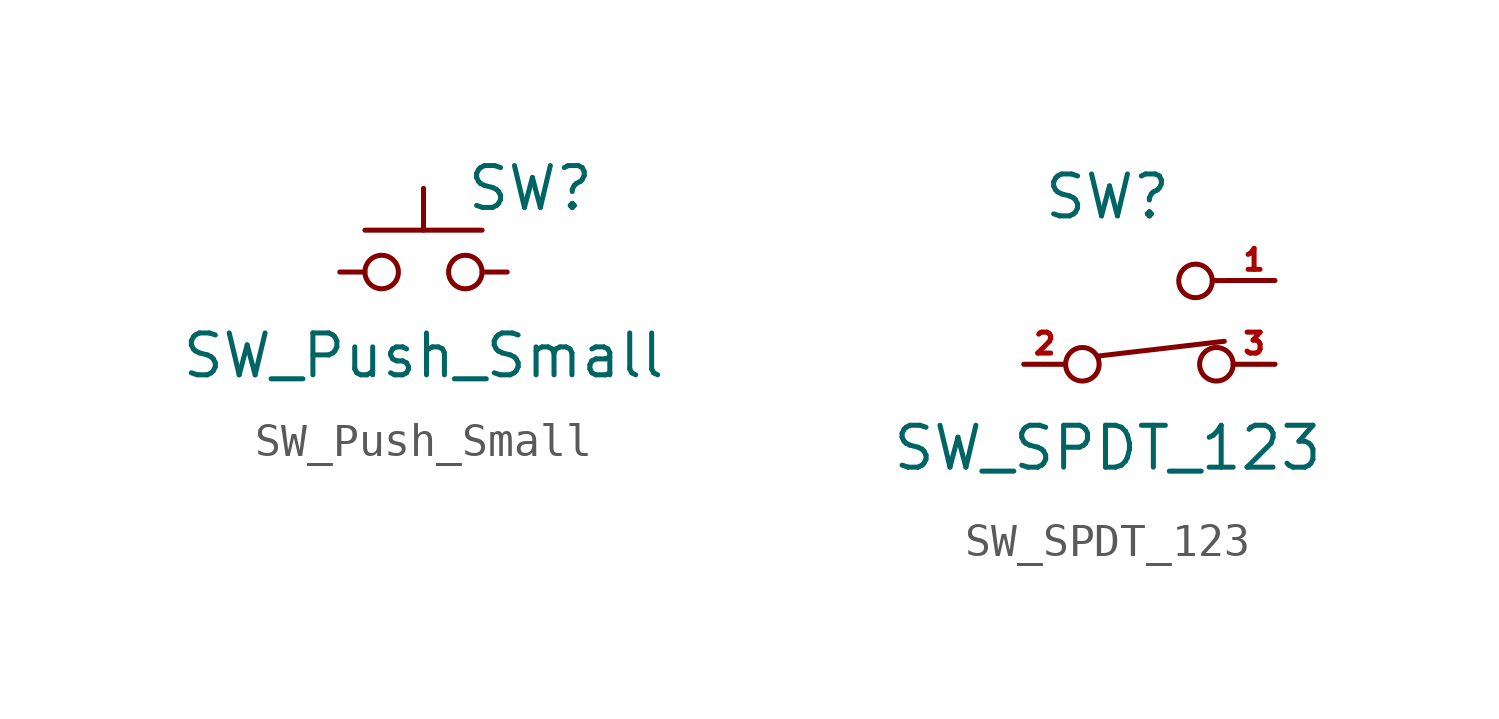
<source format=kicad_sym>
(kicad_symbol_lib
  (version 20241209)
  (generator "kicad_symbol_editor")
  (generator_version "9.0")
  (symbol "SW_Push_Small"
    (pin_numbers
      (hide yes))
    (pin_names
      (offset 1.016)
      (hide yes))
    (property "Reference" "SW"
      (at 1.27 2.54 0)
      (effects (font (size 1.27 1.27)) (justify left)))
    (property "Value" "SW_Push_Small"
      (at 0 -2.54 0)
      (effects (font (size 1.27 1.27))))
    (symbol "SW_Push_Small_0_1"
      (circle (center -1.27 0) (radius 0.508) (stroke (width 0) (type default)) (fill (type none)))
      (polyline (pts (xy 0 1.27) (xy 0 2.54)) (stroke (width 0) (type default)) (fill (type none)))
      (circle (center 1.27 0) (radius 0.508) (stroke (width 0) (type default)) (fill (type none)))
      (polyline (pts (xy 1.778 1.27) (xy -1.778 1.27)) (stroke (width 0) (type default)) (fill (type none))))
    (symbol "SW_Push_Small_1_1"
      (pin passive line (at -2.54 0 0) (length 0.762) (name "1" (effects (font (size 1.27 1.27)))) (number "1" (effects (font (size 1.27 1.27)))))
      (pin passive line (at 2.54 0 180) (length 0.762) (name "2" (effects (font (size 1.27 1.27)))) (number "2" (effects (font (size 1.27 1.27)))))))
  (symbol "SW_SPDT_123"
    (pin_names
      (offset 0)
      (hide yes))
    (property "Reference" "SW"
      (at 0 5.08 0)
      (effects (font (size 1.27 1.27))))
    (property "Value" "SW_SPDT_123"
      (at 0 -2.54 0)
      (effects (font (size 1.27 1.27))))
    (symbol "SW_SPDT_123_0_1"
      (circle (center -0.762 0) (radius 0.508) (stroke (width 0) (type default)) (fill (type none)))
      (polyline (pts (xy -0.254 0.254) (xy 3.542 0.697)) (stroke (width 0) (type default)) (fill (type none)))
      (circle (center 2.669 2.528) (radius 0.508) (stroke (width 0) (type default)) (fill (type none)))
      (circle (center 3.302 0) (radius 0.508) (stroke (width 0) (type default)) (fill (type none)))
      (polyline (pts (xy 3.81 2.54) (xy 3.178 2.537) (xy 3.195 2.537) (xy 3.302 2.54)) (stroke (width 0) (type default)) (fill (type none))))
    (symbol "SW_SPDT_123_1_1"
      (pin passive line (at -2.54 0 0) (length 1.27) (name "B" (effects (font (size 1.27 1.27)))) (number "2" (effects (font (size 0.635 0.635)))))
      (pin passive line (at 5.08 2.54 180) (length 1.27) (name "A" (effects (font (size 1.27 1.27)))) (number "1" (effects (font (size 0.635 0.635)))))
      (pin passive line (at 5.08 0 180) (length 1.27) (name "C" (effects (font (size 1.27 1.27)))) (number "3" (effects (font (size 0.635 0.635))))))))
</source>
